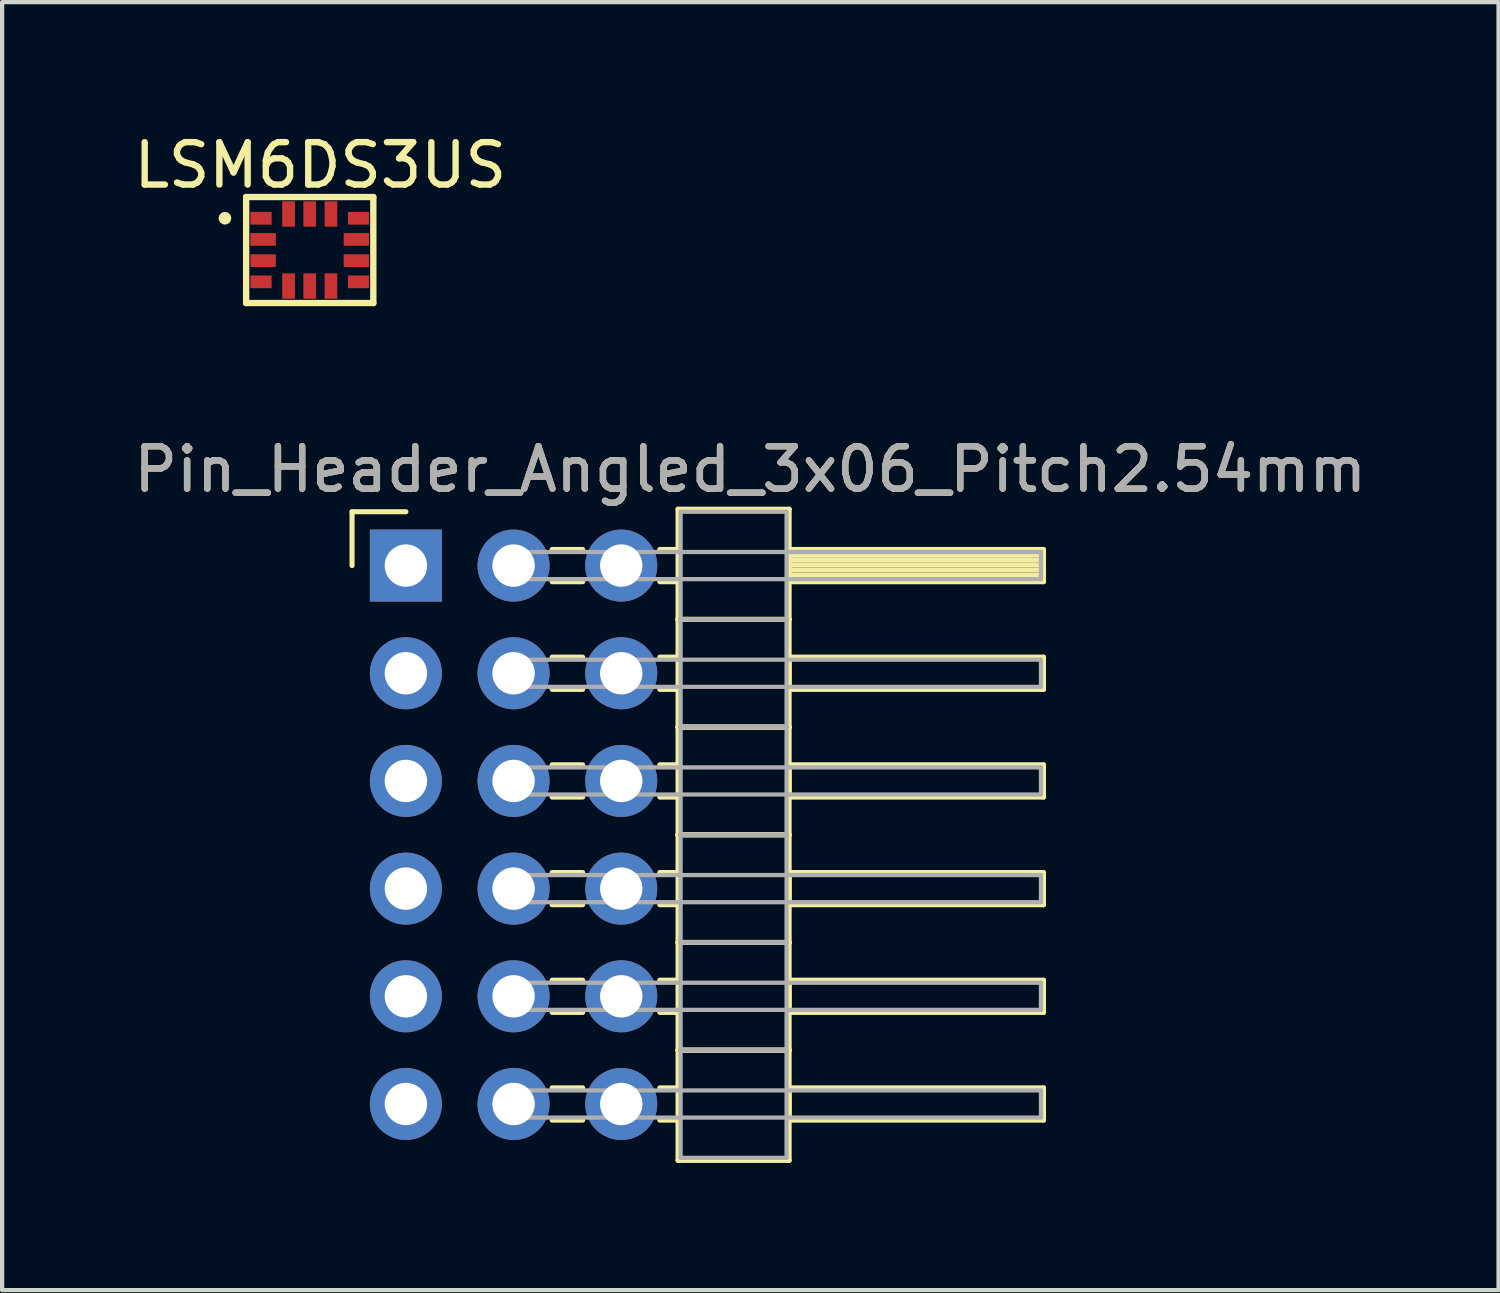
<source format=kicad_pcb>
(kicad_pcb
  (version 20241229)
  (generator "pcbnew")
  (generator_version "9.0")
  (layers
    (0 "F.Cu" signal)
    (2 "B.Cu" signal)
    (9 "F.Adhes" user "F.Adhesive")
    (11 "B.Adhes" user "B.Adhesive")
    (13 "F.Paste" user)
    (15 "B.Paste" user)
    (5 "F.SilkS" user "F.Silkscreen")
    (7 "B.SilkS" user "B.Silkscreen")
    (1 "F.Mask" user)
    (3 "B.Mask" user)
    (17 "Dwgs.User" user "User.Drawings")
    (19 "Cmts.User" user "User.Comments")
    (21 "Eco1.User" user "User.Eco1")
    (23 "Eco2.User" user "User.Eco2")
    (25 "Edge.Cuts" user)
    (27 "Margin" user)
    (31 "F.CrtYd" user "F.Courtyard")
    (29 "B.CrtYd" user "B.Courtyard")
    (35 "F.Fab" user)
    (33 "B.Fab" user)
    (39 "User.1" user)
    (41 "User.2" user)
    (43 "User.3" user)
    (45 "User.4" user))
  (footprint "LSM6DS3US"
    (layer "F.Cu")
    (at 4.256 2.848)
    (property "Reference" "LSM6DS3US" (at 0.25 -2 0) (layer "F.SilkS") (effects (font (size 1 1) (thickness 0.15))))
    (attr through_hole)
    (fp_line (start -1.5 -1.25) (end -1.5 1.25) (stroke (width 0.15) (type solid)) (layer "F.SilkS"))
    (fp_line (start -1.5 1.25) (end 1.5 1.25) (stroke (width 0.15) (type solid)) (layer "F.SilkS"))
    (fp_line (start 1.5 -1.25) (end -1.5 -1.25) (stroke (width 0.15) (type solid)) (layer "F.SilkS"))
    (fp_line (start 1.5 1.25) (end 1.5 -1.25) (stroke (width 0.15) (type solid)) (layer "F.SilkS"))
    (fp_circle (center -2 -0.75) (end -1.925 -0.75) (stroke (width 0.15) (type solid)) (fill no) (layer "F.SilkS"))
    (pad "1" smd rect (at -1.15 -0.75) (size 0.5 0.3) (layers "F.Cu" "F.Mask" "F.Paste"))
    (pad "2" smd rect (at -1.1 -0.25) (size 0.6 0.3) (layers "F.Cu" "F.Mask" "F.Paste"))
    (pad "3" smd rect (at -1.1 0.25) (size 0.6 0.3) (layers "F.Cu" "F.Mask" "F.Paste"))
    (pad "4" smd rect (at -1.15 0.75) (size 0.5 0.3) (layers "F.Cu" "F.Mask" "F.Paste"))
    (pad "5" smd rect (at -0.5 0.85) (size 0.3 0.6) (layers "F.Cu" "F.Mask" "F.Paste"))
    (pad "6" smd rect (at 0 0.85) (size 0.3 0.6) (layers "F.Cu" "F.Mask" "F.Paste"))
    (pad "7" smd rect (at 0.5 0.85) (size 0.3 0.6) (layers "F.Cu" "F.Mask" "F.Paste"))
    (pad "8" smd rect (at 1.15 0.75) (size 0.5 0.3) (layers "F.Cu" "F.Mask" "F.Paste"))
    (pad "9" smd rect (at 1.1 0.25) (size 0.6 0.3) (layers "F.Cu" "F.Mask" "F.Paste"))
    (pad "10" smd rect (at 1.1 -0.25) (size 0.6 0.3) (layers "F.Cu" "F.Mask" "F.Paste"))
    (pad "11" smd rect (at 1.15 -0.75) (size 0.5 0.3) (layers "F.Cu" "F.Mask" "F.Paste"))
    (pad "12" smd rect (at 0.5 -0.85) (size 0.3 0.6) (layers "F.Cu" "F.Mask" "F.Paste"))
    (pad "13" smd rect (at 0 -0.85) (size 0.3 0.6) (layers "F.Cu" "F.Mask" "F.Paste"))
    (pad "14" smd rect (at -0.5 -0.85) (size 0.3 0.6) (layers "F.Cu" "F.Mask" "F.Paste")))
  (footprint "Pin_Header_Angled_3x06_Pitch2.54mm"
    (layer "F.Cu")
    (at 9.064 10.291)
    (property "Reference" "Pin_Header_Angled_3x06_Pitch2.54mm" (at 5.585 -2.27 0) (layer "F.SilkS") (effects (font (size 1 1) (thickness 0.15))))
    (attr through_hole)
    (fp_line (start -3.81 -1.27) (end -2.54 -1.27) (stroke (width 0.12) (type solid)) (layer "F.SilkS"))
    (fp_line (start -3.81 0) (end -3.81 -1.27) (stroke (width 0.12) (type solid)) (layer "F.SilkS"))
    (fp_line (start 0.91 -0.38) (end 1.63 -0.38) (stroke (width 0.12) (type solid)) (layer "F.SilkS"))
    (fp_line (start 0.91 0.38) (end 1.63 0.38) (stroke (width 0.12) (type solid)) (layer "F.SilkS"))
    (fp_line (start 0.91 2.16) (end 1.63 2.16) (stroke (width 0.12) (type solid)) (layer "F.SilkS"))
    (fp_line (start 0.91 2.92) (end 1.63 2.92) (stroke (width 0.12) (type solid)) (layer "F.SilkS"))
    (fp_line (start 0.91 4.7) (end 1.63 4.7) (stroke (width 0.12) (type solid)) (layer "F.SilkS"))
    (fp_line (start 0.91 5.46) (end 1.63 5.46) (stroke (width 0.12) (type solid)) (layer "F.SilkS"))
    (fp_line (start 0.91 7.24) (end 1.63 7.24) (stroke (width 0.12) (type solid)) (layer "F.SilkS"))
    (fp_line (start 0.91 8) (end 1.63 8) (stroke (width 0.12) (type solid)) (layer "F.SilkS"))
    (fp_line (start 0.91 9.78) (end 1.63 9.78) (stroke (width 0.12) (type solid)) (layer "F.SilkS"))
    (fp_line (start 0.91 10.54) (end 1.63 10.54) (stroke (width 0.12) (type solid)) (layer "F.SilkS"))
    (fp_line (start 0.91 12.32) (end 1.63 12.32) (stroke (width 0.12) (type solid)) (layer "F.SilkS"))
    (fp_line (start 0.91 13.08) (end 1.63 13.08) (stroke (width 0.12) (type solid)) (layer "F.SilkS"))
    (fp_line (start 3.45 -0.38) (end 3.88 -0.38) (stroke (width 0.12) (type solid)) (layer "F.SilkS"))
    (fp_line (start 3.45 0.38) (end 3.88 0.38) (stroke (width 0.12) (type solid)) (layer "F.SilkS"))
    (fp_line (start 3.45 2.16) (end 3.88 2.16) (stroke (width 0.12) (type solid)) (layer "F.SilkS"))
    (fp_line (start 3.45 2.92) (end 3.88 2.92) (stroke (width 0.12) (type solid)) (layer "F.SilkS"))
    (fp_line (start 3.45 4.7) (end 3.88 4.7) (stroke (width 0.12) (type solid)) (layer "F.SilkS"))
    (fp_line (start 3.45 5.46) (end 3.88 5.46) (stroke (width 0.12) (type solid)) (layer "F.SilkS"))
    (fp_line (start 3.45 7.24) (end 3.88 7.24) (stroke (width 0.12) (type solid)) (layer "F.SilkS"))
    (fp_line (start 3.45 8) (end 3.88 8) (stroke (width 0.12) (type solid)) (layer "F.SilkS"))
    (fp_line (start 3.45 9.78) (end 3.88 9.78) (stroke (width 0.12) (type solid)) (layer "F.SilkS"))
    (fp_line (start 3.45 10.54) (end 3.88 10.54) (stroke (width 0.12) (type solid)) (layer "F.SilkS"))
    (fp_line (start 3.45 12.32) (end 3.88 12.32) (stroke (width 0.12) (type solid)) (layer "F.SilkS"))
    (fp_line (start 3.45 13.08) (end 3.88 13.08) (stroke (width 0.12) (type solid)) (layer "F.SilkS"))
    (fp_line (start 3.88 -1.33) (end 3.88 1.27) (stroke (width 0.12) (type solid)) (layer "F.SilkS"))
    (fp_line (start 3.88 1.27) (end 3.88 3.81) (stroke (width 0.12) (type solid)) (layer "F.SilkS"))
    (fp_line (start 3.88 1.27) (end 6.5 1.27) (stroke (width 0.12) (type solid)) (layer "F.SilkS"))
    (fp_line (start 3.88 3.81) (end 3.88 6.35) (stroke (width 0.12) (type solid)) (layer "F.SilkS"))
    (fp_line (start 3.88 3.81) (end 6.5 3.81) (stroke (width 0.12) (type solid)) (layer "F.SilkS"))
    (fp_line (start 3.88 6.35) (end 3.88 8.89) (stroke (width 0.12) (type solid)) (layer "F.SilkS"))
    (fp_line (start 3.88 6.35) (end 6.5 6.35) (stroke (width 0.12) (type solid)) (layer "F.SilkS"))
    (fp_line (start 3.88 8.89) (end 3.88 11.43) (stroke (width 0.12) (type solid)) (layer "F.SilkS"))
    (fp_line (start 3.88 8.89) (end 6.5 8.89) (stroke (width 0.12) (type solid)) (layer "F.SilkS"))
    (fp_line (start 3.88 11.43) (end 3.88 14.03) (stroke (width 0.12) (type solid)) (layer "F.SilkS"))
    (fp_line (start 3.88 11.43) (end 6.5 11.43) (stroke (width 0.12) (type solid)) (layer "F.SilkS"))
    (fp_line (start 3.88 14.03) (end 6.5 14.03) (stroke (width 0.12) (type solid)) (layer "F.SilkS"))
    (fp_line (start 6.5 -1.33) (end 3.88 -1.33) (stroke (width 0.12) (type solid)) (layer "F.SilkS"))
    (fp_line (start 6.5 -0.38) (end 6.5 0.38) (stroke (width 0.12) (type solid)) (layer "F.SilkS"))
    (fp_line (start 6.5 -0.26) (end 12.5 -0.26) (stroke (width 0.12) (type solid)) (layer "F.SilkS"))
    (fp_line (start 6.5 -0.14) (end 12.5 -0.14) (stroke (width 0.12) (type solid)) (layer "F.SilkS"))
    (fp_line (start 6.5 -0.02) (end 12.5 -0.02) (stroke (width 0.12) (type solid)) (layer "F.SilkS"))
    (fp_line (start 6.5 0.1) (end 12.5 0.1) (stroke (width 0.12) (type solid)) (layer "F.SilkS"))
    (fp_line (start 6.5 0.22) (end 12.5 0.22) (stroke (width 0.12) (type solid)) (layer "F.SilkS"))
    (fp_line (start 6.5 0.34) (end 12.5 0.34) (stroke (width 0.12) (type solid)) (layer "F.SilkS"))
    (fp_line (start 6.5 0.38) (end 12.5 0.38) (stroke (width 0.12) (type solid)) (layer "F.SilkS"))
    (fp_line (start 6.5 1.27) (end 3.88 1.27) (stroke (width 0.12) (type solid)) (layer "F.SilkS"))
    (fp_line (start 6.5 1.27) (end 6.5 -1.33) (stroke (width 0.12) (type solid)) (layer "F.SilkS"))
    (fp_line (start 6.5 2.16) (end 6.5 2.92) (stroke (width 0.12) (type solid)) (layer "F.SilkS"))
    (fp_line (start 6.5 2.92) (end 12.5 2.92) (stroke (width 0.12) (type solid)) (layer "F.SilkS"))
    (fp_line (start 6.5 3.81) (end 3.88 3.81) (stroke (width 0.12) (type solid)) (layer "F.SilkS"))
    (fp_line (start 6.5 3.81) (end 6.5 1.27) (stroke (width 0.12) (type solid)) (layer "F.SilkS"))
    (fp_line (start 6.5 4.7) (end 6.5 5.46) (stroke (width 0.12) (type solid)) (layer "F.SilkS"))
    (fp_line (start 6.5 5.46) (end 12.5 5.46) (stroke (width 0.12) (type solid)) (layer "F.SilkS"))
    (fp_line (start 6.5 6.35) (end 3.88 6.35) (stroke (width 0.12) (type solid)) (layer "F.SilkS"))
    (fp_line (start 6.5 6.35) (end 6.5 3.81) (stroke (width 0.12) (type solid)) (layer "F.SilkS"))
    (fp_line (start 6.5 7.24) (end 6.5 8) (stroke (width 0.12) (type solid)) (layer "F.SilkS"))
    (fp_line (start 6.5 8) (end 12.5 8) (stroke (width 0.12) (type solid)) (layer "F.SilkS"))
    (fp_line (start 6.5 8.89) (end 3.88 8.89) (stroke (width 0.12) (type solid)) (layer "F.SilkS"))
    (fp_line (start 6.5 8.89) (end 6.5 6.35) (stroke (width 0.12) (type solid)) (layer "F.SilkS"))
    (fp_line (start 6.5 9.78) (end 6.5 10.54) (stroke (width 0.12) (type solid)) (layer "F.SilkS"))
    (fp_line (start 6.5 10.54) (end 12.5 10.54) (stroke (width 0.12) (type solid)) (layer "F.SilkS"))
    (fp_line (start 6.5 11.43) (end 3.88 11.43) (stroke (width 0.12) (type solid)) (layer "F.SilkS"))
    (fp_line (start 6.5 11.43) (end 6.5 8.89) (stroke (width 0.12) (type solid)) (layer "F.SilkS"))
    (fp_line (start 6.5 12.32) (end 6.5 13.08) (stroke (width 0.12) (type solid)) (layer "F.SilkS"))
    (fp_line (start 6.5 13.08) (end 12.5 13.08) (stroke (width 0.12) (type solid)) (layer "F.SilkS"))
    (fp_line (start 6.5 14.03) (end 6.5 11.43) (stroke (width 0.12) (type solid)) (layer "F.SilkS"))
    (fp_line (start 12.5 -0.38) (end 6.5 -0.38) (stroke (width 0.12) (type solid)) (layer "F.SilkS"))
    (fp_line (start 12.5 0.38) (end 12.5 -0.38) (stroke (width 0.12) (type solid)) (layer "F.SilkS"))
    (fp_line (start 12.5 2.16) (end 6.5 2.16) (stroke (width 0.12) (type solid)) (layer "F.SilkS"))
    (fp_line (start 12.5 2.92) (end 12.5 2.16) (stroke (width 0.12) (type solid)) (layer "F.SilkS"))
    (fp_line (start 12.5 4.7) (end 6.5 4.7) (stroke (width 0.12) (type solid)) (layer "F.SilkS"))
    (fp_line (start 12.5 5.46) (end 12.5 4.7) (stroke (width 0.12) (type solid)) (layer "F.SilkS"))
    (fp_line (start 12.5 7.24) (end 6.5 7.24) (stroke (width 0.12) (type solid)) (layer "F.SilkS"))
    (fp_line (start 12.5 8) (end 12.5 7.24) (stroke (width 0.12) (type solid)) (layer "F.SilkS"))
    (fp_line (start 12.5 9.78) (end 6.5 9.78) (stroke (width 0.12) (type solid)) (layer "F.SilkS"))
    (fp_line (start 12.5 10.54) (end 12.5 9.78) (stroke (width 0.12) (type solid)) (layer "F.SilkS"))
    (fp_line (start 12.5 12.32) (end 6.5 12.32) (stroke (width 0.12) (type solid)) (layer "F.SilkS"))
    (fp_line (start 12.5 13.08) (end 12.5 12.32) (stroke (width 0.12) (type solid)) (layer "F.SilkS"))
    (fp_line (start 0 -0.32) (end 0 0.32) (stroke (width 0.1) (type solid)) (layer "F.Fab"))
    (fp_line (start 0 0.32) (end 12.44 0.32) (stroke (width 0.1) (type solid)) (layer "F.Fab"))
    (fp_line (start 0 2.22) (end 0 2.86) (stroke (width 0.1) (type solid)) (layer "F.Fab"))
    (fp_line (start 0 2.86) (end 12.44 2.86) (stroke (width 0.1) (type solid)) (layer "F.Fab"))
    (fp_line (start 0 4.76) (end 0 5.4) (stroke (width 0.1) (type solid)) (layer "F.Fab"))
    (fp_line (start 0 5.4) (end 12.44 5.4) (stroke (width 0.1) (type solid)) (layer "F.Fab"))
    (fp_line (start 0 7.3) (end 0 7.94) (stroke (width 0.1) (type solid)) (layer "F.Fab"))
    (fp_line (start 0 7.94) (end 12.44 7.94) (stroke (width 0.1) (type solid)) (layer "F.Fab"))
    (fp_line (start 0 9.84) (end 0 10.48) (stroke (width 0.1) (type solid)) (layer "F.Fab"))
    (fp_line (start 0 10.48) (end 12.44 10.48) (stroke (width 0.1) (type solid)) (layer "F.Fab"))
    (fp_line (start 0 12.38) (end 0 13.02) (stroke (width 0.1) (type solid)) (layer "F.Fab"))
    (fp_line (start 0 13.02) (end 12.44 13.02) (stroke (width 0.1) (type solid)) (layer "F.Fab"))
    (fp_line (start 3.94 -1.27) (end 3.94 1.27) (stroke (width 0.1) (type solid)) (layer "F.Fab"))
    (fp_line (start 3.94 1.27) (end 3.94 3.81) (stroke (width 0.1) (type solid)) (layer "F.Fab"))
    (fp_line (start 3.94 1.27) (end 6.44 1.27) (stroke (width 0.1) (type solid)) (layer "F.Fab"))
    (fp_line (start 3.94 3.81) (end 3.94 6.35) (stroke (width 0.1) (type solid)) (layer "F.Fab"))
    (fp_line (start 3.94 3.81) (end 6.44 3.81) (stroke (width 0.1) (type solid)) (layer "F.Fab"))
    (fp_line (start 3.94 6.35) (end 3.94 8.89) (stroke (width 0.1) (type solid)) (layer "F.Fab"))
    (fp_line (start 3.94 6.35) (end 6.44 6.35) (stroke (width 0.1) (type solid)) (layer "F.Fab"))
    (fp_line (start 3.94 8.89) (end 3.94 11.43) (stroke (width 0.1) (type solid)) (layer "F.Fab"))
    (fp_line (start 3.94 8.89) (end 6.44 8.89) (stroke (width 0.1) (type solid)) (layer "F.Fab"))
    (fp_line (start 3.94 11.43) (end 3.94 13.97) (stroke (width 0.1) (type solid)) (layer "F.Fab"))
    (fp_line (start 3.94 11.43) (end 6.44 11.43) (stroke (width 0.1) (type solid)) (layer "F.Fab"))
    (fp_line (start 3.94 13.97) (end 6.44 13.97) (stroke (width 0.1) (type solid)) (layer "F.Fab"))
    (fp_line (start 6.44 -1.27) (end 3.94 -1.27) (stroke (width 0.1) (type solid)) (layer "F.Fab"))
    (fp_line (start 6.44 1.27) (end 3.94 1.27) (stroke (width 0.1) (type solid)) (layer "F.Fab"))
    (fp_line (start 6.44 1.27) (end 6.44 -1.27) (stroke (width 0.1) (type solid)) (layer "F.Fab"))
    (fp_line (start 6.44 3.81) (end 3.94 3.81) (stroke (width 0.1) (type solid)) (layer "F.Fab"))
    (fp_line (start 6.44 3.81) (end 6.44 1.27) (stroke (width 0.1) (type solid)) (layer "F.Fab"))
    (fp_line (start 6.44 6.35) (end 3.94 6.35) (stroke (width 0.1) (type solid)) (layer "F.Fab"))
    (fp_line (start 6.44 6.35) (end 6.44 3.81) (stroke (width 0.1) (type solid)) (layer "F.Fab"))
    (fp_line (start 6.44 8.89) (end 3.94 8.89) (stroke (width 0.1) (type solid)) (layer "F.Fab"))
    (fp_line (start 6.44 8.89) (end 6.44 6.35) (stroke (width 0.1) (type solid)) (layer "F.Fab"))
    (fp_line (start 6.44 11.43) (end 3.94 11.43) (stroke (width 0.1) (type solid)) (layer "F.Fab"))
    (fp_line (start 6.44 11.43) (end 6.44 8.89) (stroke (width 0.1) (type solid)) (layer "F.Fab"))
    (fp_line (start 6.44 13.97) (end 6.44 11.43) (stroke (width 0.1) (type solid)) (layer "F.Fab"))
    (fp_line (start 12.44 -0.32) (end 0 -0.32) (stroke (width 0.1) (type solid)) (layer "F.Fab"))
    (fp_line (start 12.44 0.32) (end 12.44 -0.32) (stroke (width 0.1) (type solid)) (layer "F.Fab"))
    (fp_line (start 12.44 2.22) (end 0 2.22) (stroke (width 0.1) (type solid)) (layer "F.Fab"))
    (fp_line (start 12.44 2.86) (end 12.44 2.22) (stroke (width 0.1) (type solid)) (layer "F.Fab"))
    (fp_line (start 12.44 4.76) (end 0 4.76) (stroke (width 0.1) (type solid)) (layer "F.Fab"))
    (fp_line (start 12.44 5.4) (end 12.44 4.76) (stroke (width 0.1) (type solid)) (layer "F.Fab"))
    (fp_line (start 12.44 7.3) (end 0 7.3) (stroke (width 0.1) (type solid)) (layer "F.Fab"))
    (fp_line (start 12.44 7.94) (end 12.44 7.3) (stroke (width 0.1) (type solid)) (layer "F.Fab"))
    (fp_line (start 12.44 9.84) (end 0 9.84) (stroke (width 0.1) (type solid)) (layer "F.Fab"))
    (fp_line (start 12.44 10.48) (end 12.44 9.84) (stroke (width 0.1) (type solid)) (layer "F.Fab"))
    (fp_line (start 12.44 12.38) (end 0 12.38) (stroke (width 0.1) (type solid)) (layer "F.Fab"))
    (fp_line (start 12.44 13.02) (end 12.44 12.38) (stroke (width 0.1) (type solid)) (layer "F.Fab"))
    (fp_text user "${REFERENCE}" (at 5.585 -2.27 0) (layer "F.Fab") (effects (font (size 1 1) (thickness 0.15))))
    (pad "1" thru_hole rect (at -2.54 0) (size 1.7 1.7) (drill 1) (layers "*.Cu" "*.Mask"))
    (pad "2" thru_hole oval (at 0 0) (size 1.7 1.7) (drill 1) (layers "*.Cu" "*.Mask"))
    (pad "3" thru_hole oval (at 2.54 0) (size 1.7 1.7) (drill 1) (layers "*.Cu" "*.Mask"))
    (pad "4" thru_hole oval (at -2.54 2.54) (size 1.7 1.7) (drill 1) (layers "*.Cu" "*.Mask"))
    (pad "5" thru_hole oval (at 0 2.54) (size 1.7 1.7) (drill 1) (layers "*.Cu" "*.Mask"))
    (pad "6" thru_hole oval (at 2.54 2.54) (size 1.7 1.7) (drill 1) (layers "*.Cu" "*.Mask"))
    (pad "7" thru_hole oval (at -2.54 5.08) (size 1.7 1.7) (drill 1) (layers "*.Cu" "*.Mask"))
    (pad "8" thru_hole oval (at 0 5.08) (size 1.7 1.7) (drill 1) (layers "*.Cu" "*.Mask"))
    (pad "9" thru_hole oval (at 2.54 5.08) (size 1.7 1.7) (drill 1) (layers "*.Cu" "*.Mask"))
    (pad "10" thru_hole oval (at -2.54 7.62) (size 1.7 1.7) (drill 1) (layers "*.Cu" "*.Mask"))
    (pad "11" thru_hole oval (at 0 7.62) (size 1.7 1.7) (drill 1) (layers "*.Cu" "*.Mask"))
    (pad "12" thru_hole oval (at 2.54 7.62) (size 1.7 1.7) (drill 1) (layers "*.Cu" "*.Mask"))
    (pad "13" thru_hole oval (at -2.54 10.16) (size 1.7 1.7) (drill 1) (layers "*.Cu" "*.Mask"))
    (pad "14" thru_hole oval (at 0 10.16) (size 1.7 1.7) (drill 1) (layers "*.Cu" "*.Mask"))
    (pad "15" thru_hole oval (at 2.54 10.16) (size 1.7 1.7) (drill 1) (layers "*.Cu" "*.Mask"))
    (pad "16" thru_hole oval (at -2.54 12.7) (size 1.7 1.7) (drill 1) (layers "*.Cu" "*.Mask"))
    (pad "17" thru_hole oval (at 0 12.7) (size 1.7 1.7) (drill 1) (layers "*.Cu" "*.Mask"))
    (pad "18" thru_hole oval (at 2.54 12.7) (size 1.7 1.7) (drill 1) (layers "*.Cu" "*.Mask")))
  (gr_rect
    (start -3 -3)
    (end 32.298 27.381)
    (stroke (width 0.1) (type default))
    (fill no)
    (layer "Edge.Cuts")))
</source>
